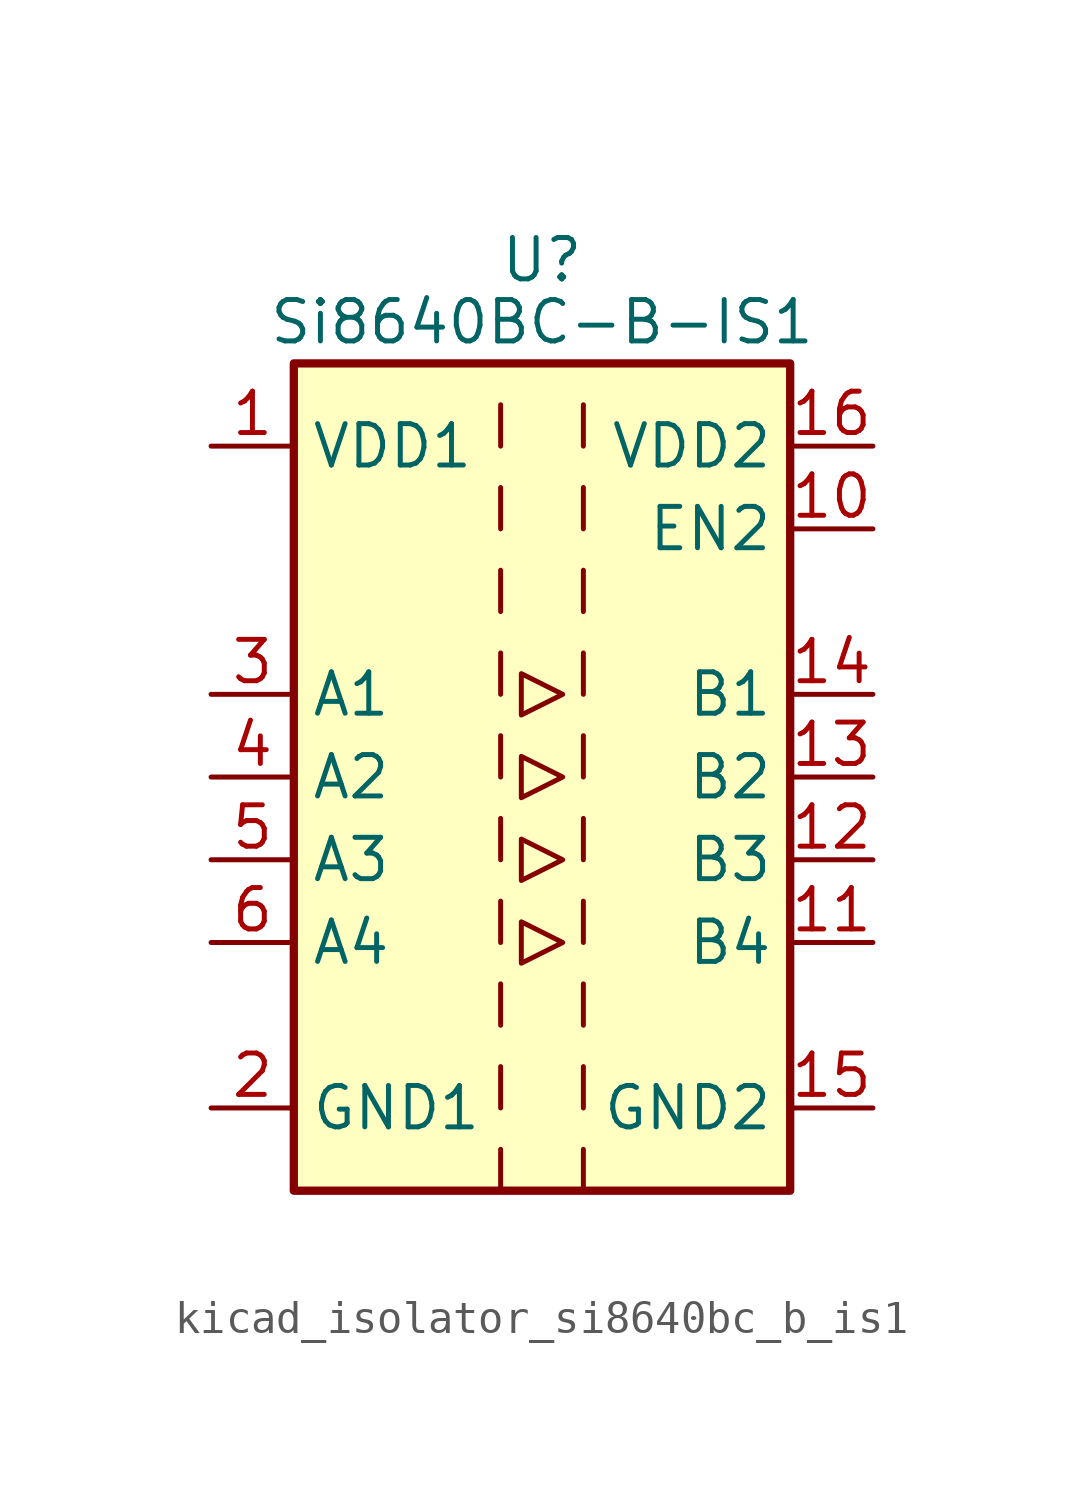
<source format=kicad_sym>
(kicad_symbol_lib
  (version 20220914)
  (generator kicad_symbol_editor)
  (symbol "kicad_isolator_si8640bc_b_is1"
    (property "Reference" "U"
      (at 0 15.875 0)
      (effects (font (size 1.27 1.27))))
    (property "Value" "Si8640BC-B-IS1"
      (at 0 13.97 0)
      (effects (font (size 1.27 1.27))))
    (symbol "kicad_isolator_si8640bc_b_is1_0_1"
      (rectangle (start -7.62 12.7) (end 7.62 -12.7) (stroke (width 0.254) (type default)) (fill (type background)))
      (polyline (pts (xy -1.27 -11.43) (xy -1.27 -12.7)) (stroke (width 0) (type default)) (fill (type none)))
      (polyline (pts (xy -1.27 -8.89) (xy -1.27 -10.16)) (stroke (width 0) (type default)) (fill (type none)))
      (polyline (pts (xy -1.27 -6.35) (xy -1.27 -7.62)) (stroke (width 0) (type default)) (fill (type none)))
      (polyline (pts (xy -1.27 -3.81) (xy -1.27 -5.08)) (stroke (width 0) (type default)) (fill (type none)))
      (polyline (pts (xy -1.27 -1.27) (xy -1.27 -2.54)) (stroke (width 0) (type default)) (fill (type none)))
      (polyline (pts (xy -1.27 1.27) (xy -1.27 0)) (stroke (width 0) (type default)) (fill (type none)))
      (polyline (pts (xy -1.27 3.81) (xy -1.27 2.54)) (stroke (width 0) (type default)) (fill (type none)))
      (polyline (pts (xy -1.27 6.35) (xy -1.27 5.08)) (stroke (width 0) (type default)) (fill (type none)))
      (polyline (pts (xy -1.27 8.89) (xy -1.27 7.62)) (stroke (width 0) (type default)) (fill (type none)))
      (polyline (pts (xy -1.27 11.43) (xy -1.27 10.16)) (stroke (width 0) (type default)) (fill (type none)))
      (polyline (pts (xy 1.27 -11.43) (xy 1.27 -12.7)) (stroke (width 0) (type default)) (fill (type none)))
      (polyline (pts (xy 1.27 -8.89) (xy 1.27 -10.16)) (stroke (width 0) (type default)) (fill (type none)))
      (polyline (pts (xy 1.27 -6.35) (xy 1.27 -7.62)) (stroke (width 0) (type default)) (fill (type none)))
      (polyline (pts (xy 1.27 -3.81) (xy 1.27 -5.08)) (stroke (width 0) (type default)) (fill (type none)))
      (polyline (pts (xy 1.27 -1.27) (xy 1.27 -2.54)) (stroke (width 0) (type default)) (fill (type none)))
      (polyline (pts (xy 1.27 1.27) (xy 1.27 0)) (stroke (width 0) (type default)) (fill (type none)))
      (polyline (pts (xy 1.27 3.81) (xy 1.27 2.54)) (stroke (width 0) (type default)) (fill (type none)))
      (polyline (pts (xy 1.27 6.35) (xy 1.27 5.08)) (stroke (width 0) (type default)) (fill (type none)))
      (polyline (pts (xy 1.27 8.89) (xy 1.27 7.62)) (stroke (width 0) (type default)) (fill (type none)))
      (polyline (pts (xy 1.27 11.43) (xy 1.27 10.16)) (stroke (width 0) (type default)) (fill (type none)))
      (polyline (pts (xy -0.635 0.635) (xy -0.635 -0.635) (xy 0.635 0) (xy -0.635 0.635)) (stroke (width 0) (type default)) (fill (type none)))
      (polyline (pts (xy -0.635 3.175) (xy -0.635 1.905) (xy 0.635 2.54) (xy -0.635 3.175)) (stroke (width 0) (type default)) (fill (type none)))
      (polyline (pts (xy 0.635 -5.08) (xy -0.635 -4.445) (xy -0.635 -5.715) (xy 0.635 -5.08)) (stroke (width 0) (type default)) (fill (type none)))
      (polyline (pts (xy 0.635 -2.54) (xy -0.635 -1.905) (xy -0.635 -3.175) (xy 0.635 -2.54)) (stroke (width 0) (type default)) (fill (type none))))
    (symbol "kicad_isolator_si8640bc_b_is1_1_1"
      (pin power_in line (at -10.16 10.16 0) (length 2.54) (name "VDD1" (effects (font (size 1.27 1.27)))) (number "1" (effects (font (size 1.27 1.27)))))
      (pin input line (at 10.16 7.62 180) (length 2.54) (name "EN2" (effects (font (size 1.27 1.27)))) (number "10" (effects (font (size 1.27 1.27)))))
      (pin output line (at 10.16 -5.08 180) (length 2.54) (name "B4" (effects (font (size 1.27 1.27)))) (number "11" (effects (font (size 1.27 1.27)))))
      (pin output line (at 10.16 -2.54 180) (length 2.54) (name "B3" (effects (font (size 1.27 1.27)))) (number "12" (effects (font (size 1.27 1.27)))))
      (pin output line (at 10.16 0 180) (length 2.54) (name "B2" (effects (font (size 1.27 1.27)))) (number "13" (effects (font (size 1.27 1.27)))))
      (pin output line (at 10.16 2.54 180) (length 2.54) (name "B1" (effects (font (size 1.27 1.27)))) (number "14" (effects (font (size 1.27 1.27)))))
      (pin power_in line (at 10.16 -10.16 180) (length 2.54) (name "GND2" (effects (font (size 1.27 1.27)))) (number "15" (effects (font (size 1.27 1.27)))))
      (pin power_in line (at 10.16 10.16 180) (length 2.54) (name "VDD2" (effects (font (size 1.27 1.27)))) (number "16" (effects (font (size 1.27 1.27)))))
      (pin power_in line (at -10.16 -10.16 0) (length 2.54) (name "GND1" (effects (font (size 1.27 1.27)))) (number "2" (effects (font (size 1.27 1.27)))))
      (pin input line (at -10.16 2.54 0) (length 2.54) (name "A1" (effects (font (size 1.27 1.27)))) (number "3" (effects (font (size 1.27 1.27)))))
      (pin input line (at -10.16 0 0) (length 2.54) (name "A2" (effects (font (size 1.27 1.27)))) (number "4" (effects (font (size 1.27 1.27)))))
      (pin input line (at -10.16 -2.54 0) (length 2.54) (name "A3" (effects (font (size 1.27 1.27)))) (number "5" (effects (font (size 1.27 1.27)))))
      (pin input line (at -10.16 -5.08 0) (length 2.54) (name "A4" (effects (font (size 1.27 1.27)))) (number "6" (effects (font (size 1.27 1.27)))))
      (pin no_connect line (at -7.62 7.62 0) (length 2.54) hide (name "NC" (effects (font (size 1.27 1.27)))) (number "7" (effects (font (size 1.27 1.27)))))
      (pin passive line (at -10.16 -10.16 0) (length 2.54) hide (name "GND1" (effects (font (size 1.27 1.27)))) (number "8" (effects (font (size 1.27 1.27)))))
      (pin passive line (at 10.16 -10.16 180) (length 2.54) hide (name "GND2" (effects (font (size 1.27 1.27)))) (number "9" (effects (font (size 1.27 1.27))))))))
</source>
